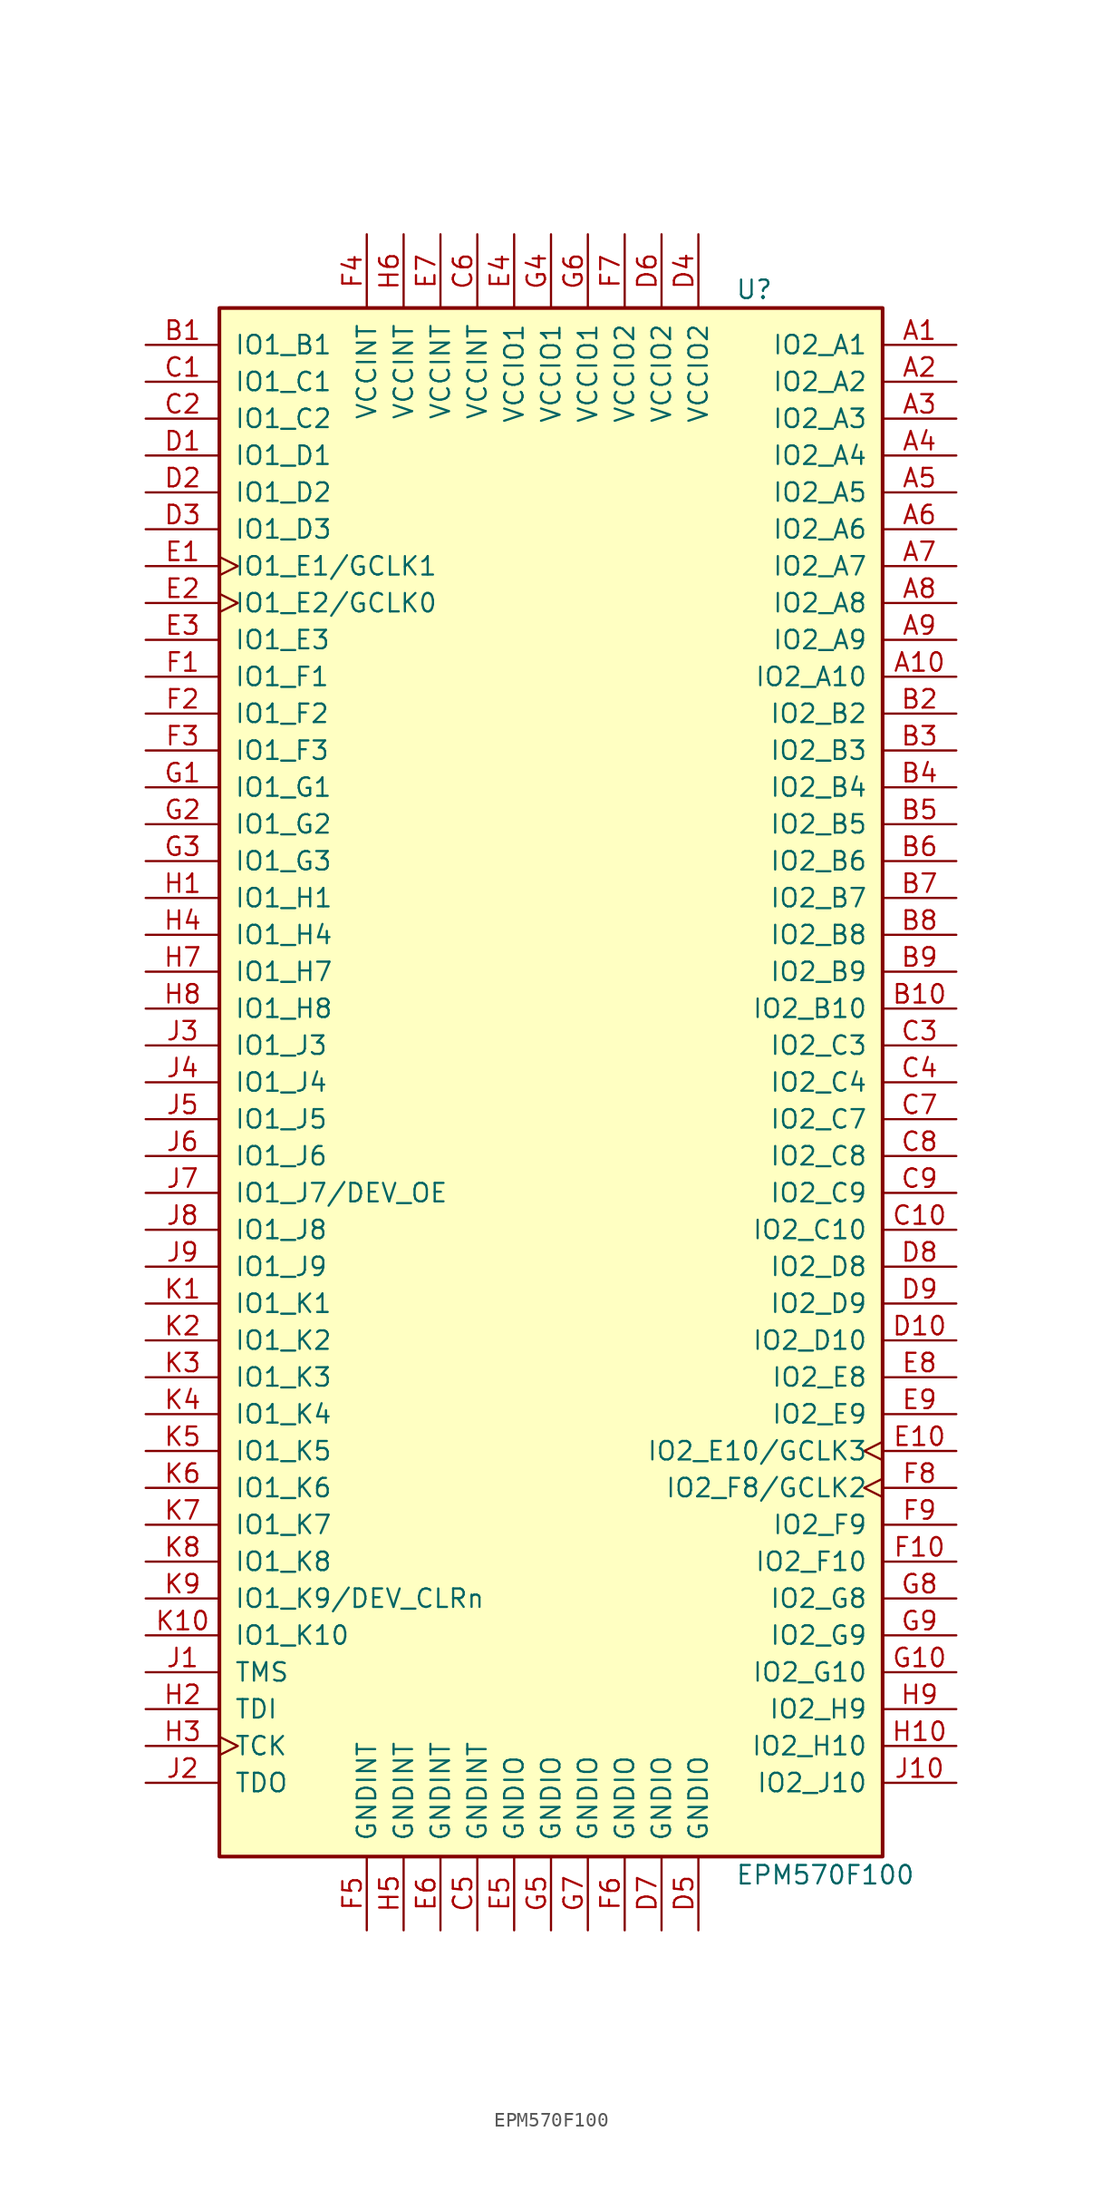
<source format=kicad_sym>
(kicad_symbol_lib
  (version 20231120)
  (generator "kicad_symbol_editor")
  (generator_version "8.0")
  (symbol "EPM570F100"
    (pin_names
      (offset 1.016))
    (property "Reference" "U"
      (at 12.7 54.61 0)
      (effects (font (size 1.27 1.27)) (justify left)))
    (property "Value" "EPM570F100"
      (at 12.7 -54.61 0)
      (effects (font (size 1.27 1.27)) (justify left)))
    (property "ki_locked" ""
      (at 0 0 0)
      (effects (font (size 1.27 1.27))))
    (symbol "EPM570F100_1_1"
      (rectangle (start -22.86 53.34) (end 22.86 -53.34) (stroke (width 0.254) (type default)) (fill (type background)))
      (pin bidirectional line (at 27.94 50.8 180) (length 5.08) (name "IO2_A1" (effects (font (size 1.27 1.27)))) (number "A1" (effects (font (size 1.27 1.27)))))
      (pin bidirectional line (at 27.94 27.94 180) (length 5.08) (name "IO2_A10" (effects (font (size 1.27 1.27)))) (number "A10" (effects (font (size 1.27 1.27)))))
      (pin bidirectional line (at 27.94 48.26 180) (length 5.08) (name "IO2_A2" (effects (font (size 1.27 1.27)))) (number "A2" (effects (font (size 1.27 1.27)))))
      (pin bidirectional line (at 27.94 45.72 180) (length 5.08) (name "IO2_A3" (effects (font (size 1.27 1.27)))) (number "A3" (effects (font (size 1.27 1.27)))))
      (pin bidirectional line (at 27.94 43.18 180) (length 5.08) (name "IO2_A4" (effects (font (size 1.27 1.27)))) (number "A4" (effects (font (size 1.27 1.27)))))
      (pin bidirectional line (at 27.94 40.64 180) (length 5.08) (name "IO2_A5" (effects (font (size 1.27 1.27)))) (number "A5" (effects (font (size 1.27 1.27)))))
      (pin bidirectional line (at 27.94 38.1 180) (length 5.08) (name "IO2_A6" (effects (font (size 1.27 1.27)))) (number "A6" (effects (font (size 1.27 1.27)))))
      (pin bidirectional line (at 27.94 35.56 180) (length 5.08) (name "IO2_A7" (effects (font (size 1.27 1.27)))) (number "A7" (effects (font (size 1.27 1.27)))))
      (pin bidirectional line (at 27.94 33.02 180) (length 5.08) (name "IO2_A8" (effects (font (size 1.27 1.27)))) (number "A8" (effects (font (size 1.27 1.27)))))
      (pin bidirectional line (at 27.94 30.48 180) (length 5.08) (name "IO2_A9" (effects (font (size 1.27 1.27)))) (number "A9" (effects (font (size 1.27 1.27)))))
      (pin bidirectional line (at -27.94 50.8 0) (length 5.08) (name "IO1_B1" (effects (font (size 1.27 1.27)))) (number "B1" (effects (font (size 1.27 1.27)))))
      (pin bidirectional line (at 27.94 5.08 180) (length 5.08) (name "IO2_B10" (effects (font (size 1.27 1.27)))) (number "B10" (effects (font (size 1.27 1.27)))))
      (pin bidirectional line (at 27.94 25.4 180) (length 5.08) (name "IO2_B2" (effects (font (size 1.27 1.27)))) (number "B2" (effects (font (size 1.27 1.27)))))
      (pin bidirectional line (at 27.94 22.86 180) (length 5.08) (name "IO2_B3" (effects (font (size 1.27 1.27)))) (number "B3" (effects (font (size 1.27 1.27)))))
      (pin bidirectional line (at 27.94 20.32 180) (length 5.08) (name "IO2_B4" (effects (font (size 1.27 1.27)))) (number "B4" (effects (font (size 1.27 1.27)))))
      (pin bidirectional line (at 27.94 17.78 180) (length 5.08) (name "IO2_B5" (effects (font (size 1.27 1.27)))) (number "B5" (effects (font (size 1.27 1.27)))))
      (pin bidirectional line (at 27.94 15.24 180) (length 5.08) (name "IO2_B6" (effects (font (size 1.27 1.27)))) (number "B6" (effects (font (size 1.27 1.27)))))
      (pin bidirectional line (at 27.94 12.7 180) (length 5.08) (name "IO2_B7" (effects (font (size 1.27 1.27)))) (number "B7" (effects (font (size 1.27 1.27)))))
      (pin bidirectional line (at 27.94 10.16 180) (length 5.08) (name "IO2_B8" (effects (font (size 1.27 1.27)))) (number "B8" (effects (font (size 1.27 1.27)))))
      (pin bidirectional line (at 27.94 7.62 180) (length 5.08) (name "IO2_B9" (effects (font (size 1.27 1.27)))) (number "B9" (effects (font (size 1.27 1.27)))))
      (pin bidirectional line (at -27.94 48.26 0) (length 5.08) (name "IO1_C1" (effects (font (size 1.27 1.27)))) (number "C1" (effects (font (size 1.27 1.27)))))
      (pin bidirectional line (at 27.94 -10.16 180) (length 5.08) (name "IO2_C10" (effects (font (size 1.27 1.27)))) (number "C10" (effects (font (size 1.27 1.27)))))
      (pin bidirectional line (at -27.94 45.72 0) (length 5.08) (name "IO1_C2" (effects (font (size 1.27 1.27)))) (number "C2" (effects (font (size 1.27 1.27)))))
      (pin bidirectional line (at 27.94 2.54 180) (length 5.08) (name "IO2_C3" (effects (font (size 1.27 1.27)))) (number "C3" (effects (font (size 1.27 1.27)))))
      (pin bidirectional line (at 27.94 0 180) (length 5.08) (name "IO2_C4" (effects (font (size 1.27 1.27)))) (number "C4" (effects (font (size 1.27 1.27)))))
      (pin power_in line (at -5.08 -58.42 90) (length 5.08) (name "GNDINT" (effects (font (size 1.27 1.27)))) (number "C5" (effects (font (size 1.27 1.27)))))
      (pin power_in line (at -5.08 58.42 270) (length 5.08) (name "VCCINT" (effects (font (size 1.27 1.27)))) (number "C6" (effects (font (size 1.27 1.27)))))
      (pin bidirectional line (at 27.94 -2.54 180) (length 5.08) (name "IO2_C7" (effects (font (size 1.27 1.27)))) (number "C7" (effects (font (size 1.27 1.27)))))
      (pin bidirectional line (at 27.94 -5.08 180) (length 5.08) (name "IO2_C8" (effects (font (size 1.27 1.27)))) (number "C8" (effects (font (size 1.27 1.27)))))
      (pin bidirectional line (at 27.94 -7.62 180) (length 5.08) (name "IO2_C9" (effects (font (size 1.27 1.27)))) (number "C9" (effects (font (size 1.27 1.27)))))
      (pin bidirectional line (at -27.94 43.18 0) (length 5.08) (name "IO1_D1" (effects (font (size 1.27 1.27)))) (number "D1" (effects (font (size 1.27 1.27)))))
      (pin bidirectional line (at 27.94 -17.78 180) (length 5.08) (name "IO2_D10" (effects (font (size 1.27 1.27)))) (number "D10" (effects (font (size 1.27 1.27)))))
      (pin bidirectional line (at -27.94 40.64 0) (length 5.08) (name "IO1_D2" (effects (font (size 1.27 1.27)))) (number "D2" (effects (font (size 1.27 1.27)))))
      (pin bidirectional line (at -27.94 38.1 0) (length 5.08) (name "IO1_D3" (effects (font (size 1.27 1.27)))) (number "D3" (effects (font (size 1.27 1.27)))))
      (pin power_in line (at 10.16 58.42 270) (length 5.08) (name "VCCIO2" (effects (font (size 1.27 1.27)))) (number "D4" (effects (font (size 1.27 1.27)))))
      (pin power_in line (at 10.16 -58.42 90) (length 5.08) (name "GNDIO" (effects (font (size 1.27 1.27)))) (number "D5" (effects (font (size 1.27 1.27)))))
      (pin power_in line (at 7.62 58.42 270) (length 5.08) (name "VCCIO2" (effects (font (size 1.27 1.27)))) (number "D6" (effects (font (size 1.27 1.27)))))
      (pin power_in line (at 7.62 -58.42 90) (length 5.08) (name "GNDIO" (effects (font (size 1.27 1.27)))) (number "D7" (effects (font (size 1.27 1.27)))))
      (pin bidirectional line (at 27.94 -12.7 180) (length 5.08) (name "IO2_D8" (effects (font (size 1.27 1.27)))) (number "D8" (effects (font (size 1.27 1.27)))))
      (pin bidirectional line (at 27.94 -15.24 180) (length 5.08) (name "IO2_D9" (effects (font (size 1.27 1.27)))) (number "D9" (effects (font (size 1.27 1.27)))))
      (pin bidirectional clock (at -27.94 35.56 0) (length 5.08) (name "IO1_E1/GCLK1" (effects (font (size 1.27 1.27)))) (number "E1" (effects (font (size 1.27 1.27)))))
      (pin bidirectional clock (at 27.94 -25.4 180) (length 5.08) (name "IO2_E10/GCLK3" (effects (font (size 1.27 1.27)))) (number "E10" (effects (font (size 1.27 1.27)))))
      (pin bidirectional clock (at -27.94 33.02 0) (length 5.08) (name "IO1_E2/GCLK0" (effects (font (size 1.27 1.27)))) (number "E2" (effects (font (size 1.27 1.27)))))
      (pin bidirectional line (at -27.94 30.48 0) (length 5.08) (name "IO1_E3" (effects (font (size 1.27 1.27)))) (number "E3" (effects (font (size 1.27 1.27)))))
      (pin power_in line (at -2.54 58.42 270) (length 5.08) (name "VCCIO1" (effects (font (size 1.27 1.27)))) (number "E4" (effects (font (size 1.27 1.27)))))
      (pin power_in line (at -2.54 -58.42 90) (length 5.08) (name "GNDIO" (effects (font (size 1.27 1.27)))) (number "E5" (effects (font (size 1.27 1.27)))))
      (pin power_in line (at -7.62 -58.42 90) (length 5.08) (name "GNDINT" (effects (font (size 1.27 1.27)))) (number "E6" (effects (font (size 1.27 1.27)))))
      (pin power_in line (at -7.62 58.42 270) (length 5.08) (name "VCCINT" (effects (font (size 1.27 1.27)))) (number "E7" (effects (font (size 1.27 1.27)))))
      (pin bidirectional line (at 27.94 -20.32 180) (length 5.08) (name "IO2_E8" (effects (font (size 1.27 1.27)))) (number "E8" (effects (font (size 1.27 1.27)))))
      (pin bidirectional line (at 27.94 -22.86 180) (length 5.08) (name "IO2_E9" (effects (font (size 1.27 1.27)))) (number "E9" (effects (font (size 1.27 1.27)))))
      (pin bidirectional line (at -27.94 27.94 0) (length 5.08) (name "IO1_F1" (effects (font (size 1.27 1.27)))) (number "F1" (effects (font (size 1.27 1.27)))))
      (pin bidirectional line (at 27.94 -33.02 180) (length 5.08) (name "IO2_F10" (effects (font (size 1.27 1.27)))) (number "F10" (effects (font (size 1.27 1.27)))))
      (pin bidirectional line (at -27.94 25.4 0) (length 5.08) (name "IO1_F2" (effects (font (size 1.27 1.27)))) (number "F2" (effects (font (size 1.27 1.27)))))
      (pin bidirectional line (at -27.94 22.86 0) (length 5.08) (name "IO1_F3" (effects (font (size 1.27 1.27)))) (number "F3" (effects (font (size 1.27 1.27)))))
      (pin power_in line (at -12.7 58.42 270) (length 5.08) (name "VCCINT" (effects (font (size 1.27 1.27)))) (number "F4" (effects (font (size 1.27 1.27)))))
      (pin power_in line (at -12.7 -58.42 90) (length 5.08) (name "GNDINT" (effects (font (size 1.27 1.27)))) (number "F5" (effects (font (size 1.27 1.27)))))
      (pin power_in line (at 5.08 -58.42 90) (length 5.08) (name "GNDIO" (effects (font (size 1.27 1.27)))) (number "F6" (effects (font (size 1.27 1.27)))))
      (pin power_in line (at 5.08 58.42 270) (length 5.08) (name "VCCIO2" (effects (font (size 1.27 1.27)))) (number "F7" (effects (font (size 1.27 1.27)))))
      (pin bidirectional clock (at 27.94 -27.94 180) (length 5.08) (name "IO2_F8/GCLK2" (effects (font (size 1.27 1.27)))) (number "F8" (effects (font (size 1.27 1.27)))))
      (pin bidirectional line (at 27.94 -30.48 180) (length 5.08) (name "IO2_F9" (effects (font (size 1.27 1.27)))) (number "F9" (effects (font (size 1.27 1.27)))))
      (pin bidirectional line (at -27.94 20.32 0) (length 5.08) (name "IO1_G1" (effects (font (size 1.27 1.27)))) (number "G1" (effects (font (size 1.27 1.27)))))
      (pin bidirectional line (at 27.94 -40.64 180) (length 5.08) (name "IO2_G10" (effects (font (size 1.27 1.27)))) (number "G10" (effects (font (size 1.27 1.27)))))
      (pin bidirectional line (at -27.94 17.78 0) (length 5.08) (name "IO1_G2" (effects (font (size 1.27 1.27)))) (number "G2" (effects (font (size 1.27 1.27)))))
      (pin bidirectional line (at -27.94 15.24 0) (length 5.08) (name "IO1_G3" (effects (font (size 1.27 1.27)))) (number "G3" (effects (font (size 1.27 1.27)))))
      (pin power_in line (at 0 58.42 270) (length 5.08) (name "VCCIO1" (effects (font (size 1.27 1.27)))) (number "G4" (effects (font (size 1.27 1.27)))))
      (pin power_in line (at 0 -58.42 90) (length 5.08) (name "GNDIO" (effects (font (size 1.27 1.27)))) (number "G5" (effects (font (size 1.27 1.27)))))
      (pin power_in line (at 2.54 58.42 270) (length 5.08) (name "VCCIO1" (effects (font (size 1.27 1.27)))) (number "G6" (effects (font (size 1.27 1.27)))))
      (pin power_in line (at 2.54 -58.42 90) (length 5.08) (name "GNDIO" (effects (font (size 1.27 1.27)))) (number "G7" (effects (font (size 1.27 1.27)))))
      (pin bidirectional line (at 27.94 -35.56 180) (length 5.08) (name "IO2_G8" (effects (font (size 1.27 1.27)))) (number "G8" (effects (font (size 1.27 1.27)))))
      (pin bidirectional line (at 27.94 -38.1 180) (length 5.08) (name "IO2_G9" (effects (font (size 1.27 1.27)))) (number "G9" (effects (font (size 1.27 1.27)))))
      (pin bidirectional line (at -27.94 12.7 0) (length 5.08) (name "IO1_H1" (effects (font (size 1.27 1.27)))) (number "H1" (effects (font (size 1.27 1.27)))))
      (pin bidirectional line (at 27.94 -45.72 180) (length 5.08) (name "IO2_H10" (effects (font (size 1.27 1.27)))) (number "H10" (effects (font (size 1.27 1.27)))))
      (pin input line (at -27.94 -43.18 0) (length 5.08) (name "TDI" (effects (font (size 1.27 1.27)))) (number "H2" (effects (font (size 1.27 1.27)))))
      (pin input clock (at -27.94 -45.72 0) (length 5.08) (name "TCK" (effects (font (size 1.27 1.27)))) (number "H3" (effects (font (size 1.27 1.27)))))
      (pin bidirectional line (at -27.94 10.16 0) (length 5.08) (name "IO1_H4" (effects (font (size 1.27 1.27)))) (number "H4" (effects (font (size 1.27 1.27)))))
      (pin power_in line (at -10.16 -58.42 90) (length 5.08) (name "GNDINT" (effects (font (size 1.27 1.27)))) (number "H5" (effects (font (size 1.27 1.27)))))
      (pin power_in line (at -10.16 58.42 270) (length 5.08) (name "VCCINT" (effects (font (size 1.27 1.27)))) (number "H6" (effects (font (size 1.27 1.27)))))
      (pin bidirectional line (at -27.94 7.62 0) (length 5.08) (name "IO1_H7" (effects (font (size 1.27 1.27)))) (number "H7" (effects (font (size 1.27 1.27)))))
      (pin bidirectional line (at -27.94 5.08 0) (length 5.08) (name "IO1_H8" (effects (font (size 1.27 1.27)))) (number "H8" (effects (font (size 1.27 1.27)))))
      (pin bidirectional line (at 27.94 -43.18 180) (length 5.08) (name "IO2_H9" (effects (font (size 1.27 1.27)))) (number "H9" (effects (font (size 1.27 1.27)))))
      (pin input line (at -27.94 -40.64 0) (length 5.08) (name "TMS" (effects (font (size 1.27 1.27)))) (number "J1" (effects (font (size 1.27 1.27)))))
      (pin bidirectional line (at 27.94 -48.26 180) (length 5.08) (name "IO2_J10" (effects (font (size 1.27 1.27)))) (number "J10" (effects (font (size 1.27 1.27)))))
      (pin output line (at -27.94 -48.26 0) (length 5.08) (name "TDO" (effects (font (size 1.27 1.27)))) (number "J2" (effects (font (size 1.27 1.27)))))
      (pin bidirectional line (at -27.94 2.54 0) (length 5.08) (name "IO1_J3" (effects (font (size 1.27 1.27)))) (number "J3" (effects (font (size 1.27 1.27)))))
      (pin bidirectional line (at -27.94 0 0) (length 5.08) (name "IO1_J4" (effects (font (size 1.27 1.27)))) (number "J4" (effects (font (size 1.27 1.27)))))
      (pin bidirectional line (at -27.94 -2.54 0) (length 5.08) (name "IO1_J5" (effects (font (size 1.27 1.27)))) (number "J5" (effects (font (size 1.27 1.27)))))
      (pin bidirectional line (at -27.94 -5.08 0) (length 5.08) (name "IO1_J6" (effects (font (size 1.27 1.27)))) (number "J6" (effects (font (size 1.27 1.27)))))
      (pin bidirectional line (at -27.94 -7.62 0) (length 5.08) (name "IO1_J7/DEV_OE" (effects (font (size 1.27 1.27)))) (number "J7" (effects (font (size 1.27 1.27)))))
      (pin bidirectional line (at -27.94 -10.16 0) (length 5.08) (name "IO1_J8" (effects (font (size 1.27 1.27)))) (number "J8" (effects (font (size 1.27 1.27)))))
      (pin bidirectional line (at -27.94 -12.7 0) (length 5.08) (name "IO1_J9" (effects (font (size 1.27 1.27)))) (number "J9" (effects (font (size 1.27 1.27)))))
      (pin bidirectional line (at -27.94 -15.24 0) (length 5.08) (name "IO1_K1" (effects (font (size 1.27 1.27)))) (number "K1" (effects (font (size 1.27 1.27)))))
      (pin bidirectional line (at -27.94 -38.1 0) (length 5.08) (name "IO1_K10" (effects (font (size 1.27 1.27)))) (number "K10" (effects (font (size 1.27 1.27)))))
      (pin bidirectional line (at -27.94 -17.78 0) (length 5.08) (name "IO1_K2" (effects (font (size 1.27 1.27)))) (number "K2" (effects (font (size 1.27 1.27)))))
      (pin bidirectional line (at -27.94 -20.32 0) (length 5.08) (name "IO1_K3" (effects (font (size 1.27 1.27)))) (number "K3" (effects (font (size 1.27 1.27)))))
      (pin bidirectional line (at -27.94 -22.86 0) (length 5.08) (name "IO1_K4" (effects (font (size 1.27 1.27)))) (number "K4" (effects (font (size 1.27 1.27)))))
      (pin bidirectional line (at -27.94 -25.4 0) (length 5.08) (name "IO1_K5" (effects (font (size 1.27 1.27)))) (number "K5" (effects (font (size 1.27 1.27)))))
      (pin bidirectional line (at -27.94 -27.94 0) (length 5.08) (name "IO1_K6" (effects (font (size 1.27 1.27)))) (number "K6" (effects (font (size 1.27 1.27)))))
      (pin bidirectional line (at -27.94 -30.48 0) (length 5.08) (name "IO1_K7" (effects (font (size 1.27 1.27)))) (number "K7" (effects (font (size 1.27 1.27)))))
      (pin bidirectional line (at -27.94 -33.02 0) (length 5.08) (name "IO1_K8" (effects (font (size 1.27 1.27)))) (number "K8" (effects (font (size 1.27 1.27)))))
      (pin bidirectional line (at -27.94 -35.56 0) (length 5.08) (name "IO1_K9/DEV_CLRn" (effects (font (size 1.27 1.27)))) (number "K9" (effects (font (size 1.27 1.27))))))))
</source>
